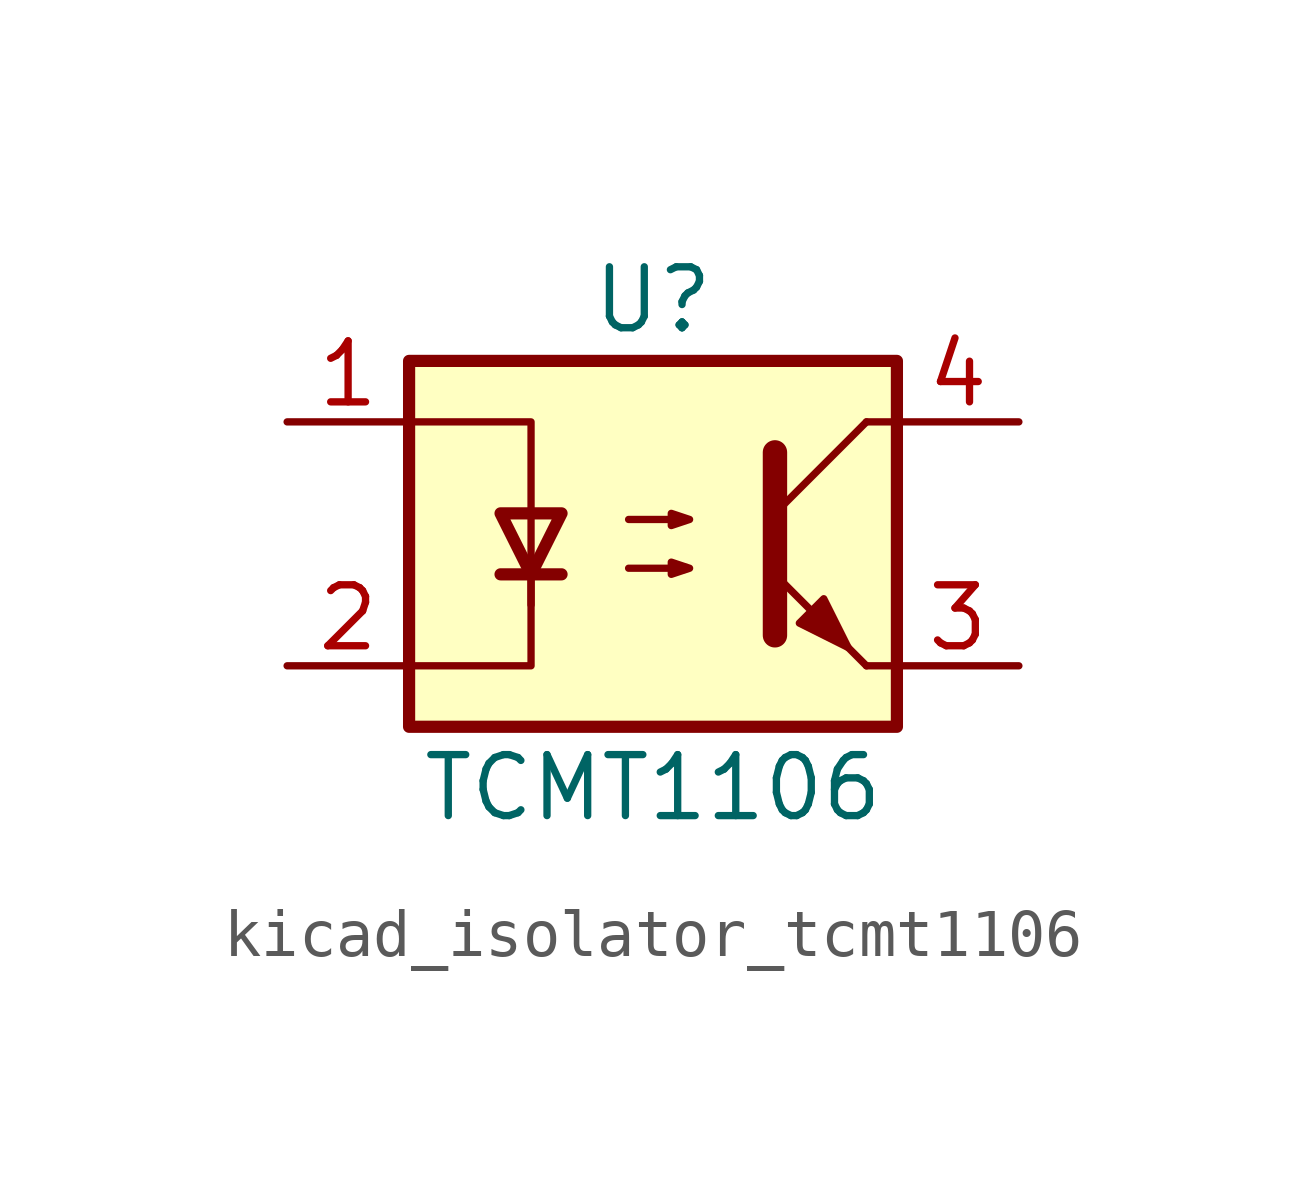
<source format=kicad_sym>
(kicad_symbol_lib
  (version 20220914)
  (generator kicad_symbol_editor)
  (symbol "kicad_isolator_tcmt1106"
    (pin_names
      (offset 1.016))
    (property "Reference" "U"
      (at 0 5.08 0)
      (effects (font (size 1.27 1.27))))
    (property "Value" "TCMT1106"
      (at 0 -5.08 0)
      (effects (font (size 1.27 1.27))))
    (symbol "kicad_isolator_tcmt1106_1_1"
      (rectangle (start -5.08 3.81) (end 5.08 -3.81) (stroke (width 0.254) (type default)) (fill (type background)))
      (polyline (pts (xy -3.175 -0.635) (xy -1.905 -0.635)) (stroke (width 0.254) (type default)) (fill (type none)))
      (polyline (pts (xy 2.54 0.635) (xy 4.445 2.54)) (stroke (width 0) (type default)) (fill (type none)))
      (polyline (pts (xy 4.445 -2.54) (xy 2.54 -0.635)) (stroke (width 0) (type default)) (fill (type outline)))
      (polyline (pts (xy 4.445 -2.54) (xy 5.08 -2.54)) (stroke (width 0) (type default)) (fill (type none)))
      (polyline (pts (xy 4.445 2.54) (xy 5.08 2.54)) (stroke (width 0) (type default)) (fill (type none)))
      (polyline (pts (xy -2.54 -0.635) (xy -2.54 -2.54) (xy -5.08 -2.54)) (stroke (width 0) (type default)) (fill (type none)))
      (polyline (pts (xy 2.54 1.905) (xy 2.54 -1.905) (xy 2.54 -1.905)) (stroke (width 0.508) (type default)) (fill (type none)))
      (polyline (pts (xy -5.08 2.54) (xy -2.54 2.54) (xy -2.54 -1.27) (xy -2.54 0.635)) (stroke (width 0) (type default)) (fill (type none)))
      (polyline (pts (xy -2.54 -0.635) (xy -3.175 0.635) (xy -1.905 0.635) (xy -2.54 -0.635)) (stroke (width 0.254) (type default)) (fill (type none)))
      (polyline (pts (xy -0.508 -0.508) (xy 0.762 -0.508) (xy 0.381 -0.635) (xy 0.381 -0.381) (xy 0.762 -0.508)) (stroke (width 0) (type default)) (fill (type none)))
      (polyline (pts (xy -0.508 0.508) (xy 0.762 0.508) (xy 0.381 0.381) (xy 0.381 0.635) (xy 0.762 0.508)) (stroke (width 0) (type default)) (fill (type none)))
      (polyline (pts (xy 3.048 -1.651) (xy 3.556 -1.143) (xy 4.064 -2.159) (xy 3.048 -1.651) (xy 3.048 -1.651)) (stroke (width 0) (type default)) (fill (type outline)))
      (pin passive line (at -7.62 2.54 0) (length 2.54) (name "~" (effects (font (size 1.27 1.27)))) (number "1" (effects (font (size 1.27 1.27)))))
      (pin passive line (at -7.62 -2.54 0) (length 2.54) (name "~" (effects (font (size 1.27 1.27)))) (number "2" (effects (font (size 1.27 1.27)))))
      (pin passive line (at 7.62 -2.54 180) (length 2.54) (name "~" (effects (font (size 1.27 1.27)))) (number "3" (effects (font (size 1.27 1.27)))))
      (pin passive line (at 7.62 2.54 180) (length 2.54) (name "~" (effects (font (size 1.27 1.27)))) (number "4" (effects (font (size 1.27 1.27))))))))
</source>
